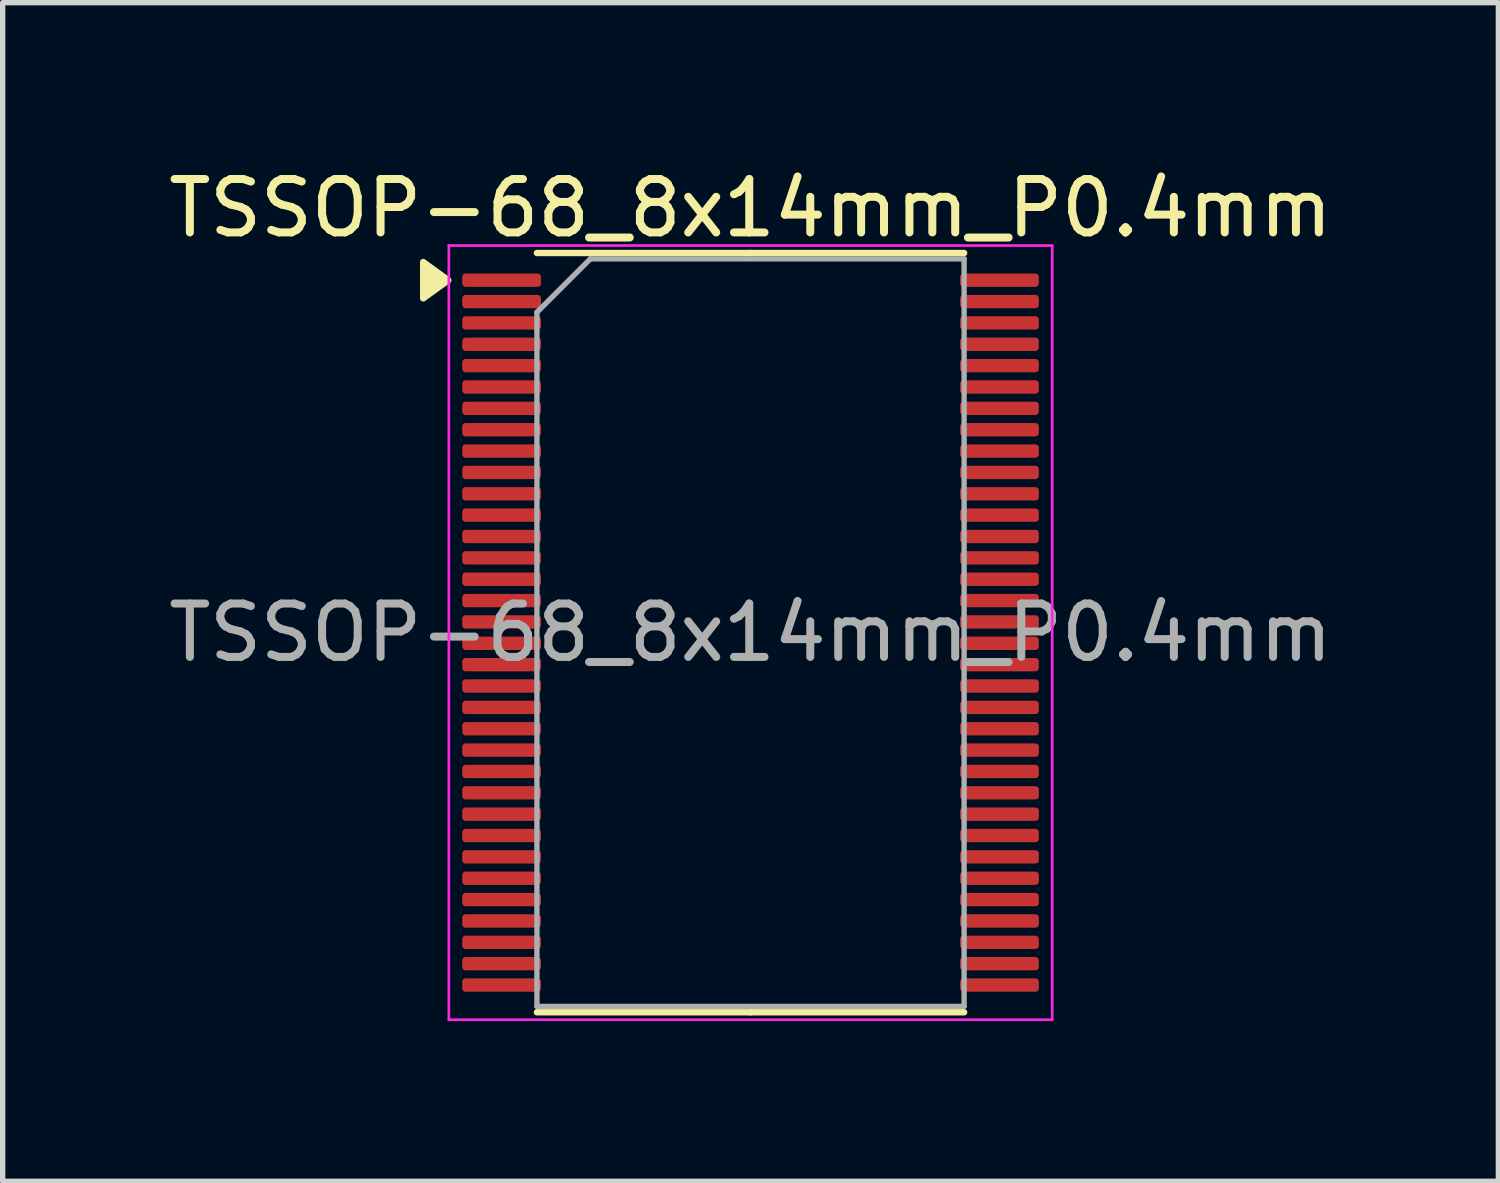
<source format=kicad_pcb>
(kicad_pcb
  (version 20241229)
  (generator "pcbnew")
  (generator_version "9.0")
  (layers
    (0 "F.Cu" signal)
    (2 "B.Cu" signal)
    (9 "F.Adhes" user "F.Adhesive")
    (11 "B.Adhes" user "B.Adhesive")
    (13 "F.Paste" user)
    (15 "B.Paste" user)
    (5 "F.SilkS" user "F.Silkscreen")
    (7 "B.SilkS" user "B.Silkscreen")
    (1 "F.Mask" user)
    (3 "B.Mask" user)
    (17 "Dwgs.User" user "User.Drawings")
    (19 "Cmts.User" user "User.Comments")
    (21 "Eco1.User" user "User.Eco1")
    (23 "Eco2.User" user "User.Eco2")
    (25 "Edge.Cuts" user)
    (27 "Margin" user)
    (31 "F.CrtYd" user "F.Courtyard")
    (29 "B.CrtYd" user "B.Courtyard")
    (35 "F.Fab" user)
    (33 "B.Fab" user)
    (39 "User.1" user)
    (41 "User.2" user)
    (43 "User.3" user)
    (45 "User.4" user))
  (footprint "TSSOP-68_8x14mm_P0.4mm"
    (layer "F.Cu")
    (at 11.006 8.798)
    (property "Reference" "TSSOP-68_8x14mm_P0.4mm" (at 0 -7.95 0) (layer "F.SilkS") (effects (font (size 1 1) (thickness 0.15))))
    (attr smd)
    (fp_line (start 0 -7.11) (end -4 -7.11) (stroke (width 0.12) (type solid)) (layer "F.SilkS"))
    (fp_line (start 0 -7.11) (end 4 -7.11) (stroke (width 0.12) (type solid)) (layer "F.SilkS"))
    (fp_line (start 0 7.11) (end -4 7.11) (stroke (width 0.12) (type solid)) (layer "F.SilkS"))
    (fp_line (start 0 7.11) (end 4 7.11) (stroke (width 0.12) (type solid)) (layer "F.SilkS"))
    (fp_poly (pts (xy -5.66 -6.6) (xy -6.13 -6.94) (xy -6.13 -6.26) (xy -5.66 -6.6)) (stroke (width 0.12) (type solid)) (fill yes) (layer "F.SilkS"))
    (fp_line (start -5.65 -7.25) (end -5.65 7.25) (stroke (width 0.05) (type solid)) (layer "F.CrtYd"))
    (fp_line (start -5.65 7.25) (end 5.65 7.25) (stroke (width 0.05) (type solid)) (layer "F.CrtYd"))
    (fp_line (start 5.65 -7.25) (end -5.65 -7.25) (stroke (width 0.05) (type solid)) (layer "F.CrtYd"))
    (fp_line (start 5.65 7.25) (end 5.65 -7.25) (stroke (width 0.05) (type solid)) (layer "F.CrtYd"))
    (fp_line (start -4 -6) (end -3 -7) (stroke (width 0.1) (type solid)) (layer "F.Fab"))
    (fp_line (start -4 7) (end -4 -6) (stroke (width 0.1) (type solid)) (layer "F.Fab"))
    (fp_line (start -3 -7) (end 4 -7) (stroke (width 0.1) (type solid)) (layer "F.Fab"))
    (fp_line (start 4 -7) (end 4 7) (stroke (width 0.1) (type solid)) (layer "F.Fab"))
    (fp_line (start 4 7) (end -4 7) (stroke (width 0.1) (type solid)) (layer "F.Fab"))
    (fp_text user "${REFERENCE}" (at 0 0 0) (layer "F.Fab") (effects (font (size 1 1) (thickness 0.15))))
    (pad "1" smd roundrect (at -4.662 -6.6) (size 1.475 0.25) (layers "F.Cu" "F.Mask" "F.Paste") (roundrect_rratio 0.25))
    (pad "2" smd roundrect (at -4.662 -6.2) (size 1.475 0.25) (layers "F.Cu" "F.Mask" "F.Paste") (roundrect_rratio 0.25))
    (pad "3" smd roundrect (at -4.662 -5.8) (size 1.475 0.25) (layers "F.Cu" "F.Mask" "F.Paste") (roundrect_rratio 0.25))
    (pad "4" smd roundrect (at -4.662 -5.4) (size 1.475 0.25) (layers "F.Cu" "F.Mask" "F.Paste") (roundrect_rratio 0.25))
    (pad "5" smd roundrect (at -4.662 -5) (size 1.475 0.25) (layers "F.Cu" "F.Mask" "F.Paste") (roundrect_rratio 0.25))
    (pad "6" smd roundrect (at -4.662 -4.6) (size 1.475 0.25) (layers "F.Cu" "F.Mask" "F.Paste") (roundrect_rratio 0.25))
    (pad "7" smd roundrect (at -4.662 -4.2) (size 1.475 0.25) (layers "F.Cu" "F.Mask" "F.Paste") (roundrect_rratio 0.25))
    (pad "8" smd roundrect (at -4.662 -3.8) (size 1.475 0.25) (layers "F.Cu" "F.Mask" "F.Paste") (roundrect_rratio 0.25))
    (pad "9" smd roundrect (at -4.662 -3.4) (size 1.475 0.25) (layers "F.Cu" "F.Mask" "F.Paste") (roundrect_rratio 0.25))
    (pad "10" smd roundrect (at -4.662 -3) (size 1.475 0.25) (layers "F.Cu" "F.Mask" "F.Paste") (roundrect_rratio 0.25))
    (pad "11" smd roundrect (at -4.662 -2.6) (size 1.475 0.25) (layers "F.Cu" "F.Mask" "F.Paste") (roundrect_rratio 0.25))
    (pad "12" smd roundrect (at -4.662 -2.2) (size 1.475 0.25) (layers "F.Cu" "F.Mask" "F.Paste") (roundrect_rratio 0.25))
    (pad "13" smd roundrect (at -4.662 -1.8) (size 1.475 0.25) (layers "F.Cu" "F.Mask" "F.Paste") (roundrect_rratio 0.25))
    (pad "14" smd roundrect (at -4.662 -1.4) (size 1.475 0.25) (layers "F.Cu" "F.Mask" "F.Paste") (roundrect_rratio 0.25))
    (pad "15" smd roundrect (at -4.662 -1) (size 1.475 0.25) (layers "F.Cu" "F.Mask" "F.Paste") (roundrect_rratio 0.25))
    (pad "16" smd roundrect (at -4.662 -0.6) (size 1.475 0.25) (layers "F.Cu" "F.Mask" "F.Paste") (roundrect_rratio 0.25))
    (pad "17" smd roundrect (at -4.662 -0.2) (size 1.475 0.25) (layers "F.Cu" "F.Mask" "F.Paste") (roundrect_rratio 0.25))
    (pad "18" smd roundrect (at -4.662 0.2) (size 1.475 0.25) (layers "F.Cu" "F.Mask" "F.Paste") (roundrect_rratio 0.25))
    (pad "19" smd roundrect (at -4.662 0.6) (size 1.475 0.25) (layers "F.Cu" "F.Mask" "F.Paste") (roundrect_rratio 0.25))
    (pad "20" smd roundrect (at -4.662 1) (size 1.475 0.25) (layers "F.Cu" "F.Mask" "F.Paste") (roundrect_rratio 0.25))
    (pad "21" smd roundrect (at -4.662 1.4) (size 1.475 0.25) (layers "F.Cu" "F.Mask" "F.Paste") (roundrect_rratio 0.25))
    (pad "22" smd roundrect (at -4.662 1.8) (size 1.475 0.25) (layers "F.Cu" "F.Mask" "F.Paste") (roundrect_rratio 0.25))
    (pad "23" smd roundrect (at -4.662 2.2) (size 1.475 0.25) (layers "F.Cu" "F.Mask" "F.Paste") (roundrect_rratio 0.25))
    (pad "24" smd roundrect (at -4.662 2.6) (size 1.475 0.25) (layers "F.Cu" "F.Mask" "F.Paste") (roundrect_rratio 0.25))
    (pad "25" smd roundrect (at -4.662 3) (size 1.475 0.25) (layers "F.Cu" "F.Mask" "F.Paste") (roundrect_rratio 0.25))
    (pad "26" smd roundrect (at -4.662 3.4) (size 1.475 0.25) (layers "F.Cu" "F.Mask" "F.Paste") (roundrect_rratio 0.25))
    (pad "27" smd roundrect (at -4.662 3.8) (size 1.475 0.25) (layers "F.Cu" "F.Mask" "F.Paste") (roundrect_rratio 0.25))
    (pad "28" smd roundrect (at -4.662 4.2) (size 1.475 0.25) (layers "F.Cu" "F.Mask" "F.Paste") (roundrect_rratio 0.25))
    (pad "29" smd roundrect (at -4.662 4.6) (size 1.475 0.25) (layers "F.Cu" "F.Mask" "F.Paste") (roundrect_rratio 0.25))
    (pad "30" smd roundrect (at -4.662 5) (size 1.475 0.25) (layers "F.Cu" "F.Mask" "F.Paste") (roundrect_rratio 0.25))
    (pad "31" smd roundrect (at -4.662 5.4) (size 1.475 0.25) (layers "F.Cu" "F.Mask" "F.Paste") (roundrect_rratio 0.25))
    (pad "32" smd roundrect (at -4.662 5.8) (size 1.475 0.25) (layers "F.Cu" "F.Mask" "F.Paste") (roundrect_rratio 0.25))
    (pad "33" smd roundrect (at -4.662 6.2) (size 1.475 0.25) (layers "F.Cu" "F.Mask" "F.Paste") (roundrect_rratio 0.25))
    (pad "34" smd roundrect (at -4.662 6.6) (size 1.475 0.25) (layers "F.Cu" "F.Mask" "F.Paste") (roundrect_rratio 0.25))
    (pad "35" smd roundrect (at 4.662 6.6) (size 1.475 0.25) (layers "F.Cu" "F.Mask" "F.Paste") (roundrect_rratio 0.25))
    (pad "36" smd roundrect (at 4.662 6.2) (size 1.475 0.25) (layers "F.Cu" "F.Mask" "F.Paste") (roundrect_rratio 0.25))
    (pad "37" smd roundrect (at 4.662 5.8) (size 1.475 0.25) (layers "F.Cu" "F.Mask" "F.Paste") (roundrect_rratio 0.25))
    (pad "38" smd roundrect (at 4.662 5.4) (size 1.475 0.25) (layers "F.Cu" "F.Mask" "F.Paste") (roundrect_rratio 0.25))
    (pad "39" smd roundrect (at 4.662 5) (size 1.475 0.25) (layers "F.Cu" "F.Mask" "F.Paste") (roundrect_rratio 0.25))
    (pad "40" smd roundrect (at 4.662 4.6) (size 1.475 0.25) (layers "F.Cu" "F.Mask" "F.Paste") (roundrect_rratio 0.25))
    (pad "41" smd roundrect (at 4.662 4.2) (size 1.475 0.25) (layers "F.Cu" "F.Mask" "F.Paste") (roundrect_rratio 0.25))
    (pad "42" smd roundrect (at 4.662 3.8) (size 1.475 0.25) (layers "F.Cu" "F.Mask" "F.Paste") (roundrect_rratio 0.25))
    (pad "43" smd roundrect (at 4.662 3.4) (size 1.475 0.25) (layers "F.Cu" "F.Mask" "F.Paste") (roundrect_rratio 0.25))
    (pad "44" smd roundrect (at 4.662 3) (size 1.475 0.25) (layers "F.Cu" "F.Mask" "F.Paste") (roundrect_rratio 0.25))
    (pad "45" smd roundrect (at 4.662 2.6) (size 1.475 0.25) (layers "F.Cu" "F.Mask" "F.Paste") (roundrect_rratio 0.25))
    (pad "46" smd roundrect (at 4.662 2.2) (size 1.475 0.25) (layers "F.Cu" "F.Mask" "F.Paste") (roundrect_rratio 0.25))
    (pad "47" smd roundrect (at 4.662 1.8) (size 1.475 0.25) (layers "F.Cu" "F.Mask" "F.Paste") (roundrect_rratio 0.25))
    (pad "48" smd roundrect (at 4.662 1.4) (size 1.475 0.25) (layers "F.Cu" "F.Mask" "F.Paste") (roundrect_rratio 0.25))
    (pad "49" smd roundrect (at 4.662 1) (size 1.475 0.25) (layers "F.Cu" "F.Mask" "F.Paste") (roundrect_rratio 0.25))
    (pad "50" smd roundrect (at 4.662 0.6) (size 1.475 0.25) (layers "F.Cu" "F.Mask" "F.Paste") (roundrect_rratio 0.25))
    (pad "51" smd roundrect (at 4.662 0.2) (size 1.475 0.25) (layers "F.Cu" "F.Mask" "F.Paste") (roundrect_rratio 0.25))
    (pad "52" smd roundrect (at 4.662 -0.2) (size 1.475 0.25) (layers "F.Cu" "F.Mask" "F.Paste") (roundrect_rratio 0.25))
    (pad "53" smd roundrect (at 4.662 -0.6) (size 1.475 0.25) (layers "F.Cu" "F.Mask" "F.Paste") (roundrect_rratio 0.25))
    (pad "54" smd roundrect (at 4.662 -1) (size 1.475 0.25) (layers "F.Cu" "F.Mask" "F.Paste") (roundrect_rratio 0.25))
    (pad "55" smd roundrect (at 4.662 -1.4) (size 1.475 0.25) (layers "F.Cu" "F.Mask" "F.Paste") (roundrect_rratio 0.25))
    (pad "56" smd roundrect (at 4.662 -1.8) (size 1.475 0.25) (layers "F.Cu" "F.Mask" "F.Paste") (roundrect_rratio 0.25))
    (pad "57" smd roundrect (at 4.662 -2.2) (size 1.475 0.25) (layers "F.Cu" "F.Mask" "F.Paste") (roundrect_rratio 0.25))
    (pad "58" smd roundrect (at 4.662 -2.6) (size 1.475 0.25) (layers "F.Cu" "F.Mask" "F.Paste") (roundrect_rratio 0.25))
    (pad "59" smd roundrect (at 4.662 -3) (size 1.475 0.25) (layers "F.Cu" "F.Mask" "F.Paste") (roundrect_rratio 0.25))
    (pad "60" smd roundrect (at 4.662 -3.4) (size 1.475 0.25) (layers "F.Cu" "F.Mask" "F.Paste") (roundrect_rratio 0.25))
    (pad "61" smd roundrect (at 4.662 -3.8) (size 1.475 0.25) (layers "F.Cu" "F.Mask" "F.Paste") (roundrect_rratio 0.25))
    (pad "62" smd roundrect (at 4.662 -4.2) (size 1.475 0.25) (layers "F.Cu" "F.Mask" "F.Paste") (roundrect_rratio 0.25))
    (pad "63" smd roundrect (at 4.662 -4.6) (size 1.475 0.25) (layers "F.Cu" "F.Mask" "F.Paste") (roundrect_rratio 0.25))
    (pad "64" smd roundrect (at 4.662 -5) (size 1.475 0.25) (layers "F.Cu" "F.Mask" "F.Paste") (roundrect_rratio 0.25))
    (pad "65" smd roundrect (at 4.662 -5.4) (size 1.475 0.25) (layers "F.Cu" "F.Mask" "F.Paste") (roundrect_rratio 0.25))
    (pad "66" smd roundrect (at 4.662 -5.8) (size 1.475 0.25) (layers "F.Cu" "F.Mask" "F.Paste") (roundrect_rratio 0.25))
    (pad "67" smd roundrect (at 4.662 -6.2) (size 1.475 0.25) (layers "F.Cu" "F.Mask" "F.Paste") (roundrect_rratio 0.25))
    (pad "68" smd roundrect (at 4.662 -6.6) (size 1.475 0.25) (layers "F.Cu" "F.Mask" "F.Paste") (roundrect_rratio 0.25)))
  (gr_rect
    (start -3 -3)
    (end 25.012 19.073)
    (stroke (width 0.1) (type default))
    (fill no)
    (layer "Edge.Cuts")))
</source>
